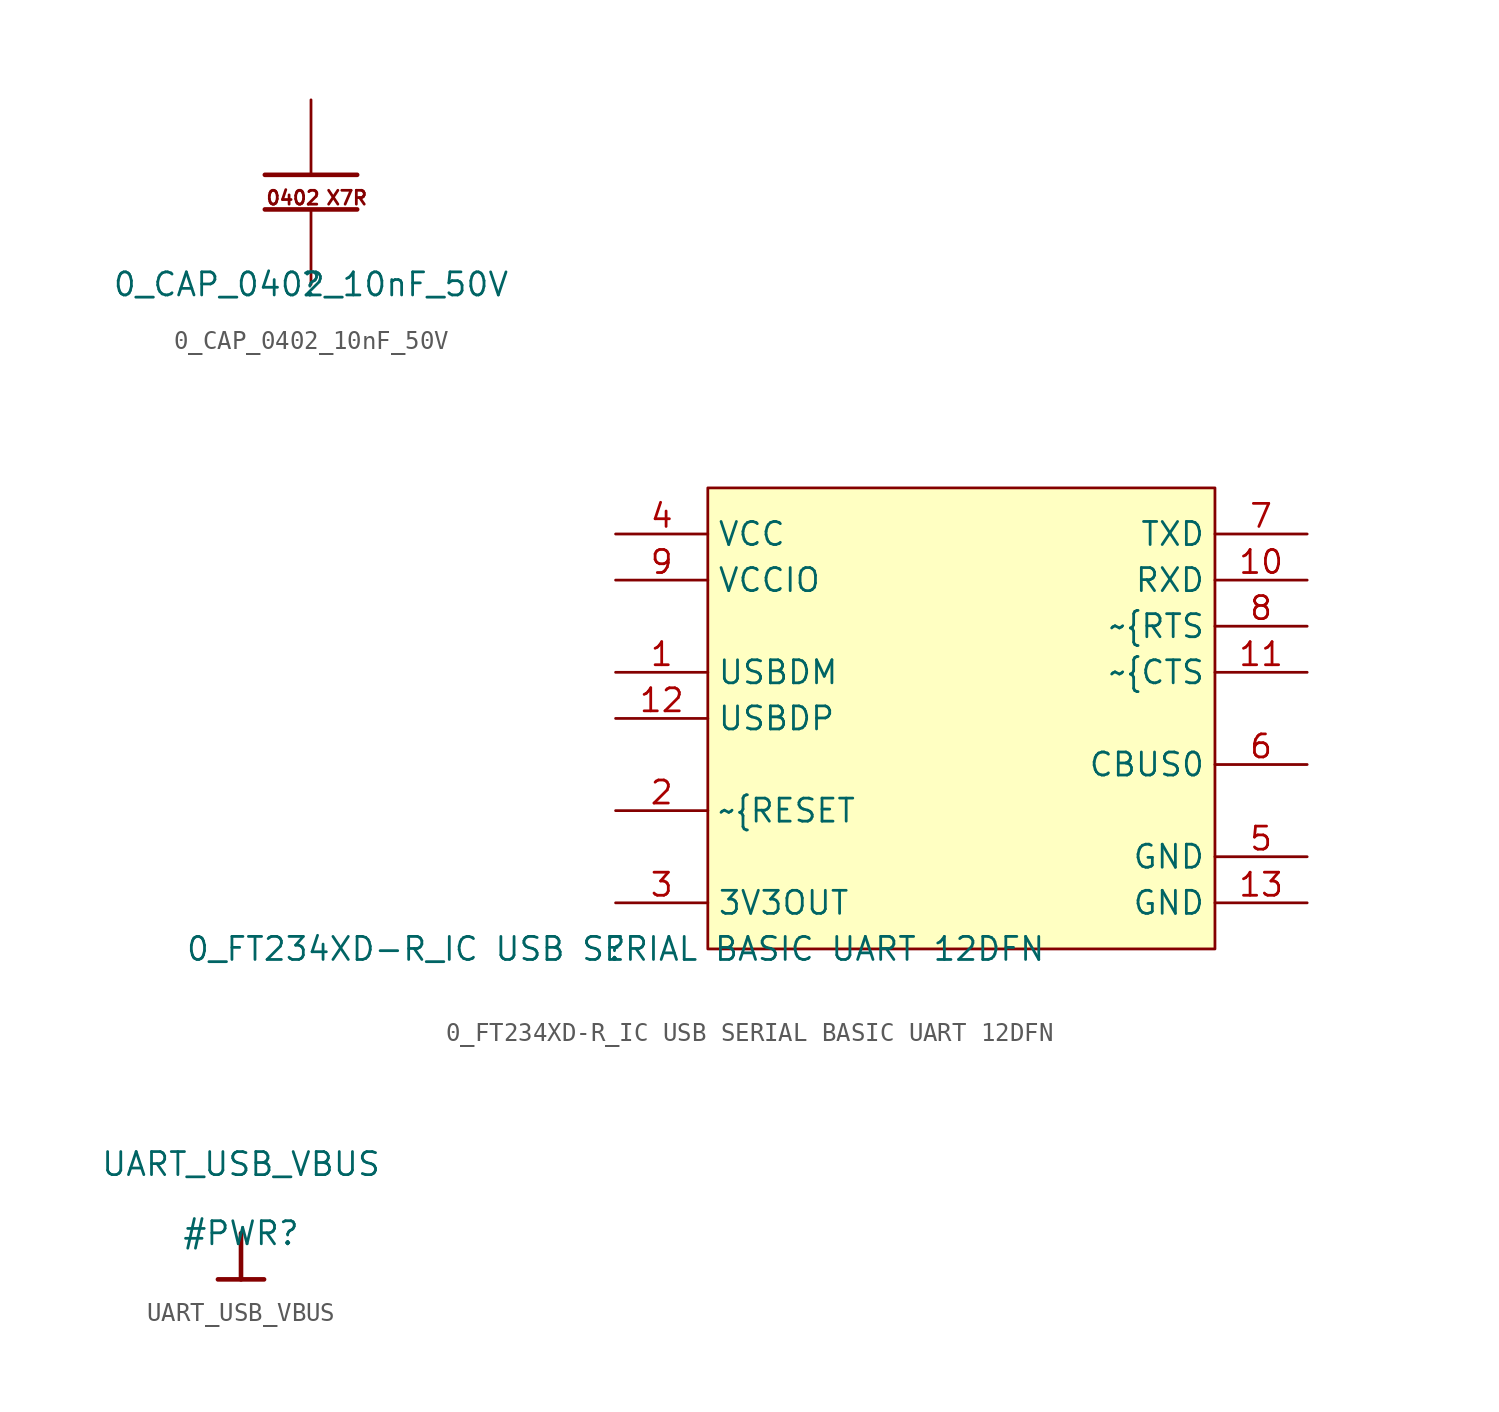
<source format=kicad_sym>
(kicad_symbol_lib
  (version 20211014)
  (generator kicad_symbol_editor)
  (symbol "0_CAP_0402_10nF_50V"
    (property "Reference" ""
      (at 0 0 0)
      (effects (font (size 1.27 1.27))))
    (property "Value" "0_CAP_0402_10nF_50V"
      (at 0 0 0)
      (effects (font (size 1.27 1.27))))
    (symbol "0_CAP_0402_10nF_50V_1_0"
      (polyline (pts (xy -2.54 4.128) (xy 2.54 4.128)) (stroke (width 0.254) (type default) (color 0 0 0 0)) (fill (type none)))
      (polyline (pts (xy -2.54 6.033) (xy 2.54 6.033)) (stroke (width 0.254) (type default) (color 0 0 0 0)) (fill (type none)))
      (text "0402" (at -2.54 4.318 0) (effects (font (size 0.762 0.762)) (justify left bottom)))
      (text "X7R" (at 0.762 4.318 0) (effects (font (size 0.762 0.762)) (justify left bottom)))
      (pin passive line (at 0 10.16 270) (length 4.064) (name "1" (effects (font (size 0 0)))) (number "1" (effects (font (size 0 0)))))
      (pin passive line (at 0 0 90) (length 4.064) (name "2" (effects (font (size 0 0)))) (number "2" (effects (font (size 0 0)))))))
  (symbol "0_FT234XD-R_IC USB SERIAL BASIC UART 12DFN"
    (property "Reference" ""
      (at 0 0 0)
      (effects (font (size 1.27 1.27))))
    (property "Value" "0_FT234XD-R_IC USB SERIAL BASIC UART 12DFN"
      (at 0 0 0)
      (effects (font (size 1.27 1.27))))
    (symbol "0_FT234XD-R_IC USB SERIAL BASIC UART 12DFN_1_0"
      (rectangle (start 33.02 25.4) (end 5.08 0) (stroke (width 0) (type default) (color 0 0 0 0)) (fill (type background)))
      (pin bidirectional line (at 0 15.24 0) (length 5.08) (name "USBDM" (effects (font (size 1.27 1.27)))) (number "1" (effects (font (size 1.27 1.27)))))
      (pin output line (at 38.1 20.32 180) (length 5.08) (name "RXD" (effects (font (size 1.27 1.27)))) (number "10" (effects (font (size 1.27 1.27)))))
      (pin input line (at 38.1 15.24 180) (length 5.08) (name "~{CTS" (effects (font (size 1.27 1.27)))) (number "11" (effects (font (size 1.27 1.27)))))
      (pin bidirectional line (at 0 12.7 0) (length 5.08) (name "USBDP" (effects (font (size 1.27 1.27)))) (number "12" (effects (font (size 1.27 1.27)))))
      (pin power_in line (at 38.1 2.54 180) (length 5.08) (name "GND" (effects (font (size 1.27 1.27)))) (number "13" (effects (font (size 1.27 1.27)))))
      (pin input line (at 0 7.62 0) (length 5.08) (name "~{RESET" (effects (font (size 1.27 1.27)))) (number "2" (effects (font (size 1.27 1.27)))))
      (pin power_in line (at 0 2.54 0) (length 5.08) (name "3V3OUT" (effects (font (size 1.27 1.27)))) (number "3" (effects (font (size 1.27 1.27)))))
      (pin power_in line (at 0 22.86 0) (length 5.08) (name "VCC" (effects (font (size 1.27 1.27)))) (number "4" (effects (font (size 1.27 1.27)))))
      (pin power_in line (at 38.1 5.08 180) (length 5.08) (name "GND" (effects (font (size 1.27 1.27)))) (number "5" (effects (font (size 1.27 1.27)))))
      (pin bidirectional line (at 38.1 10.16 180) (length 5.08) (name "CBUS0" (effects (font (size 1.27 1.27)))) (number "6" (effects (font (size 1.27 1.27)))))
      (pin output line (at 38.1 22.86 180) (length 5.08) (name "TXD" (effects (font (size 1.27 1.27)))) (number "7" (effects (font (size 1.27 1.27)))))
      (pin input line (at 38.1 17.78 180) (length 5.08) (name "~{RTS" (effects (font (size 1.27 1.27)))) (number "8" (effects (font (size 1.27 1.27)))))
      (pin power_in line (at 0 20.32 0) (length 5.08) (name "VCCIO" (effects (font (size 1.27 1.27)))) (number "9" (effects (font (size 1.27 1.27)))))))
  (symbol "UART_USB_VBUS"
    (power)
    (property "Reference" "#PWR"
      (at 0 0 0)
      (effects (font (size 1.27 1.27))))
    (property "Value" "UART_USB_VBUS"
      (at 0 3.81 0)
      (effects (font (size 1.27 1.27))))
    (symbol "UART_USB_VBUS_0_0"
      (polyline (pts (xy -1.27 -2.54) (xy 1.27 -2.54)) (stroke (width 0.254) (type default) (color 0 0 0 0)) (fill (type none)))
      (polyline (pts (xy 0 0) (xy 0 -2.54)) (stroke (width 0.254) (type default) (color 0 0 0 0)) (fill (type none)))
      (pin power_in line (at 0 0 0) (length 0) hide (name "UART_USB_VBUS" (effects (font (size 1.27 1.27)))) (number "" (effects (font (size 1.27 1.27))))))))
</source>
